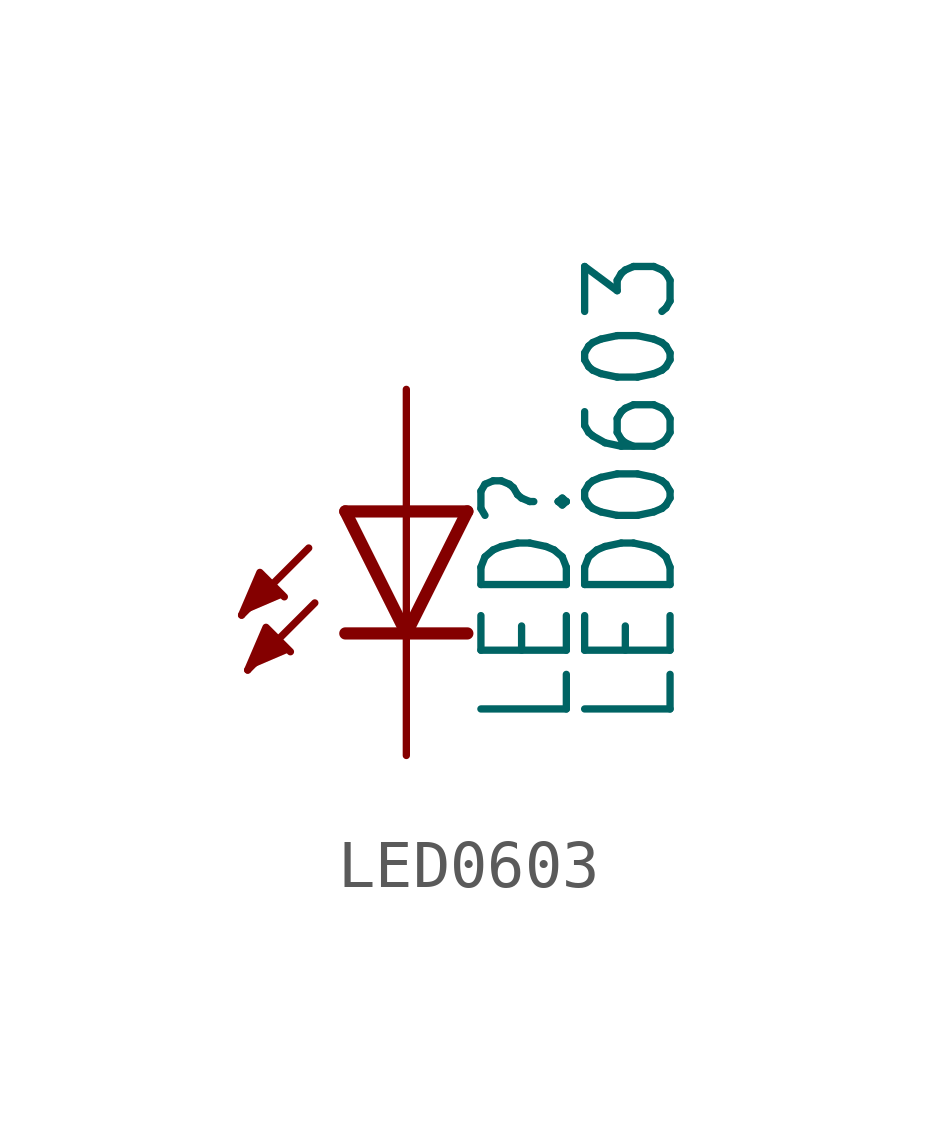
<source format=kicad_sym>
(kicad_symbol_lib
  (version 20211014)
  (generator kicad_symbol_editor)
  (symbol "LED0603"
    (property "Reference" "LED"
      (at 3.556 -4.572 90)
      (effects (font (size 1.778 1.511)) (justify left bottom)))
    (property "Value" "LED0603"
      (at 5.715 -4.572 90)
      (effects (font (size 1.778 1.511)) (justify left bottom)))
    (property "ki_locked" ""
      (at 0 0 0)
      (effects (font (size 1.27 1.27))))
    (symbol "LED0603_1_0"
      (polyline (pts (xy -2.032 -0.762) (xy -3.429 -2.159)) (stroke (width 0.152) (type default) (color 0 0 0 0)) (fill (type none)))
      (polyline (pts (xy -1.905 -1.905) (xy -3.302 -3.302)) (stroke (width 0.152) (type default) (color 0 0 0 0)) (fill (type none)))
      (polyline (pts (xy 0 -2.54) (xy -1.27 -2.54)) (stroke (width 0.254) (type default) (color 0 0 0 0)) (fill (type none)))
      (polyline (pts (xy 0 -2.54) (xy -1.27 0)) (stroke (width 0.254) (type default) (color 0 0 0 0)) (fill (type none)))
      (polyline (pts (xy 0 0) (xy -1.27 0)) (stroke (width 0.254) (type default) (color 0 0 0 0)) (fill (type none)))
      (polyline (pts (xy 0 0) (xy 0 -2.54)) (stroke (width 0.152) (type default) (color 0 0 0 0)) (fill (type none)))
      (polyline (pts (xy 1.27 -2.54) (xy 0 -2.54)) (stroke (width 0.254) (type default) (color 0 0 0 0)) (fill (type none)))
      (polyline (pts (xy 1.27 0) (xy 0 -2.54)) (stroke (width 0.254) (type default) (color 0 0 0 0)) (fill (type none)))
      (polyline (pts (xy 1.27 0) (xy 0 0)) (stroke (width 0.254) (type default) (color 0 0 0 0)) (fill (type none)))
      (polyline (pts (xy -3.429 -2.159) (xy -3.048 -1.27) (xy -2.54 -1.778)) (stroke (width 0) (type default) (color 0 0 0 0)) (fill (type outline)))
      (polyline (pts (xy -3.302 -3.302) (xy -2.921 -2.413) (xy -2.413 -2.921)) (stroke (width 0) (type default) (color 0 0 0 0)) (fill (type outline)))
      (pin passive line (at 0 2.54 270) (length 2.54) (name "A" (effects (font (size 0 0)))) (number "A" (effects (font (size 0 0)))))
      (pin passive line (at 0 -5.08 90) (length 2.54) (name "C" (effects (font (size 0 0)))) (number "C" (effects (font (size 0 0))))))))
</source>
